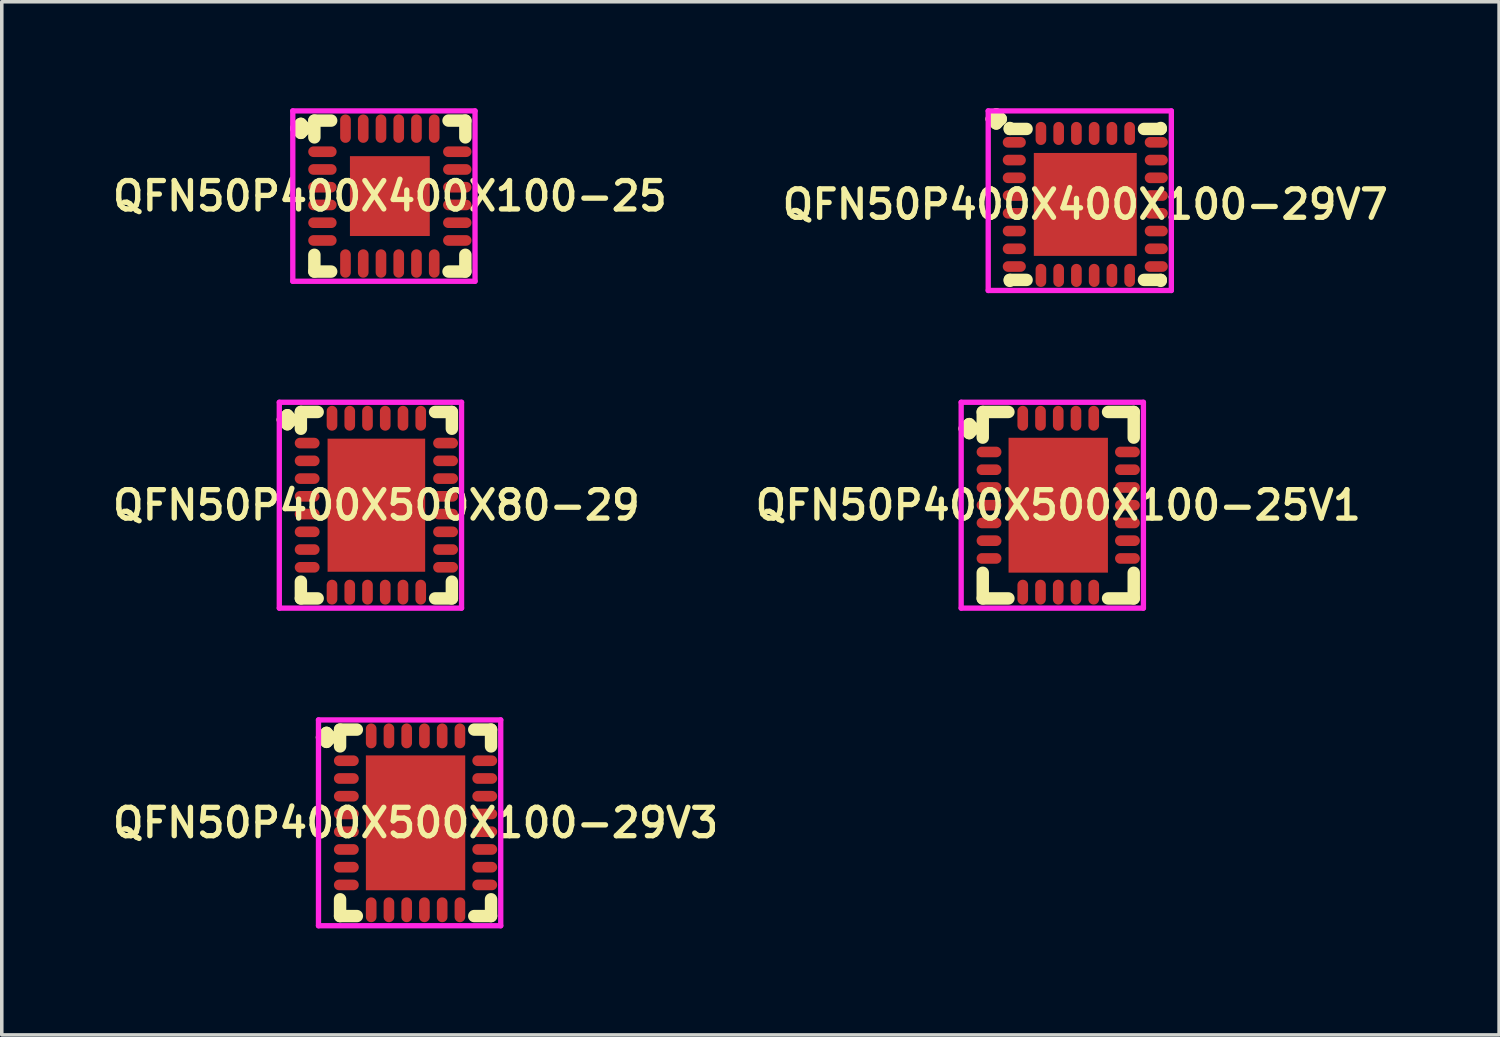
<source format=kicad_pcb>
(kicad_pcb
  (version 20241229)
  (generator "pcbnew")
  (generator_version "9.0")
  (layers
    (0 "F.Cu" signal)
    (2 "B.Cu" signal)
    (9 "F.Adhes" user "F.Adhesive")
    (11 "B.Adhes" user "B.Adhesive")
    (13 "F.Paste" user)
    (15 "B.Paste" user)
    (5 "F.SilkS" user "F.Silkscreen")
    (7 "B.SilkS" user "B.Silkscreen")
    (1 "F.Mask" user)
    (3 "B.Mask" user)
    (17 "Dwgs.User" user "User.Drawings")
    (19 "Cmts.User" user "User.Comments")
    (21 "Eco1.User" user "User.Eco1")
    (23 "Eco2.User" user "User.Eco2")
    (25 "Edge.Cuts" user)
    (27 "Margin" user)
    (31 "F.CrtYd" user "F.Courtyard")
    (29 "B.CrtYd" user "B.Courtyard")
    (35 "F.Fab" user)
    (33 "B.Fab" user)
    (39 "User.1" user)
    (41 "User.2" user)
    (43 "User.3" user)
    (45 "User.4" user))
  (footprint "QFN50P400X500X80-29"
    (layer "F.Cu")
    (at 7.555 11.185)
    (property "Reference" "QFN50P400X500X80-29" (at 0 0 0) (layer "F.SilkS") (effects (font (size 0.8 0.8) (thickness 0.15))))
    (attr smd)
    (fp_line (start -2.635 -2.408) (end -2.508 -2.535) (stroke (width 0.35) (type solid)) (layer "F.SilkS"))
    (fp_line (start -2.508 -2.535) (end -2.381 -2.408) (stroke (width 0.35) (type solid)) (layer "F.SilkS"))
    (fp_line (start -2.508 -2.281) (end -2.635 -2.408) (stroke (width 0.35) (type solid)) (layer "F.SilkS"))
    (fp_line (start -2.381 -2.408) (end -2.508 -2.281) (stroke (width 0.35) (type solid)) (layer "F.SilkS"))
    (fp_line (start -2.127 -2.627) (end -1.654 -2.627) (stroke (width 0.35) (type solid)) (layer "F.SilkS"))
    (fp_line (start -2.127 -2.154) (end -2.127 -2.627) (stroke (width 0.35) (type solid)) (layer "F.SilkS"))
    (fp_line (start -2.127 2.154) (end -2.127 2.627) (stroke (width 0.35) (type solid)) (layer "F.SilkS"))
    (fp_line (start -2.127 2.627) (end -1.654 2.627) (stroke (width 0.35) (type solid)) (layer "F.SilkS"))
    (fp_line (start 1.654 -2.627) (end 2.127 -2.627) (stroke (width 0.35) (type solid)) (layer "F.SilkS"))
    (fp_line (start 1.654 2.627) (end 2.127 2.627) (stroke (width 0.35) (type solid)) (layer "F.SilkS"))
    (fp_line (start 2.127 -2.627) (end 2.127 -2.154) (stroke (width 0.35) (type solid)) (layer "F.SilkS"))
    (fp_line (start 2.127 2.627) (end 2.127 2.154) (stroke (width 0.35) (type solid)) (layer "F.SilkS"))
    (fp_line (start -2.735 -2.9) (end 2.4 -2.9) (stroke (width 0.15) (type solid)) (layer "F.CrtYd"))
    (fp_line (start -2.735 2.9) (end -2.735 -2.9) (stroke (width 0.15) (type solid)) (layer "F.CrtYd"))
    (fp_line (start 2.4 -2.9) (end 2.4 2.9) (stroke (width 0.15) (type solid)) (layer "F.CrtYd"))
    (fp_line (start 2.4 2.9) (end -2.735 2.9) (stroke (width 0.15) (type solid)) (layer "F.CrtYd"))
    (pad "1" smd oval (at -1.95 -1.75) (size 0.7 0.3) (layers "F.Cu" "F.Mask" "F.Paste"))
    (pad "2" smd oval (at -1.95 -1.25) (size 0.7 0.3) (layers "F.Cu" "F.Mask" "F.Paste"))
    (pad "3" smd oval (at -1.95 -0.75) (size 0.7 0.3) (layers "F.Cu" "F.Mask" "F.Paste"))
    (pad "4" smd oval (at -1.95 -0.25) (size 0.7 0.3) (layers "F.Cu" "F.Mask" "F.Paste"))
    (pad "5" smd oval (at -1.95 0.25) (size 0.7 0.3) (layers "F.Cu" "F.Mask" "F.Paste"))
    (pad "6" smd oval (at -1.95 0.75) (size 0.7 0.3) (layers "F.Cu" "F.Mask" "F.Paste"))
    (pad "7" smd oval (at -1.95 1.25) (size 0.7 0.3) (layers "F.Cu" "F.Mask" "F.Paste"))
    (pad "8" smd oval (at -1.95 1.75) (size 0.7 0.3) (layers "F.Cu" "F.Mask" "F.Paste"))
    (pad "9" smd oval (at -1.25 2.45) (size 0.3 0.7) (layers "F.Cu" "F.Mask" "F.Paste"))
    (pad "10" smd oval (at -0.75 2.45) (size 0.3 0.7) (layers "F.Cu" "F.Mask" "F.Paste"))
    (pad "11" smd oval (at -0.25 2.45) (size 0.3 0.7) (layers "F.Cu" "F.Mask" "F.Paste"))
    (pad "12" smd oval (at 0.25 2.45) (size 0.3 0.7) (layers "F.Cu" "F.Mask" "F.Paste"))
    (pad "13" smd oval (at 0.75 2.45) (size 0.3 0.7) (layers "F.Cu" "F.Mask" "F.Paste"))
    (pad "14" smd oval (at 1.25 2.45) (size 0.3 0.7) (layers "F.Cu" "F.Mask" "F.Paste"))
    (pad "15" smd oval (at 1.95 1.75) (size 0.7 0.3) (layers "F.Cu" "F.Mask" "F.Paste"))
    (pad "16" smd oval (at 1.95 1.25) (size 0.7 0.3) (layers "F.Cu" "F.Mask" "F.Paste"))
    (pad "17" smd oval (at 1.95 0.75) (size 0.7 0.3) (layers "F.Cu" "F.Mask" "F.Paste"))
    (pad "18" smd oval (at 1.95 0.25) (size 0.7 0.3) (layers "F.Cu" "F.Mask" "F.Paste"))
    (pad "19" smd oval (at 1.95 -0.25) (size 0.7 0.3) (layers "F.Cu" "F.Mask" "F.Paste"))
    (pad "20" smd oval (at 1.95 -0.75) (size 0.7 0.3) (layers "F.Cu" "F.Mask" "F.Paste"))
    (pad "21" smd oval (at 1.95 -1.25) (size 0.7 0.3) (layers "F.Cu" "F.Mask" "F.Paste"))
    (pad "22" smd oval (at 1.95 -1.75) (size 0.7 0.3) (layers "F.Cu" "F.Mask" "F.Paste"))
    (pad "23" smd oval (at 1.25 -2.45) (size 0.3 0.7) (layers "F.Cu" "F.Mask" "F.Paste"))
    (pad "24" smd oval (at 0.75 -2.45) (size 0.3 0.7) (layers "F.Cu" "F.Mask" "F.Paste"))
    (pad "25" smd oval (at 0.25 -2.45) (size 0.3 0.7) (layers "F.Cu" "F.Mask" "F.Paste"))
    (pad "26" smd oval (at -0.25 -2.45) (size 0.3 0.7) (layers "F.Cu" "F.Mask" "F.Paste"))
    (pad "27" smd oval (at -0.75 -2.45) (size 0.3 0.7) (layers "F.Cu" "F.Mask" "F.Paste"))
    (pad "28" smd oval (at -1.25 -2.45) (size 0.3 0.7) (layers "F.Cu" "F.Mask" "F.Paste"))
    (pad "29" smd rect (at 0 0) (size 2.75 3.75) (layers "F.Cu" "F.Mask" "F.Paste")))
  (footprint "QFN50P400X400X100-25"
    (layer "F.Cu")
    (at 7.935 2.475)
    (property "Reference" "QFN50P400X400X100-25" (at 0 0 0) (layer "F.SilkS") (effects (font (size 0.8 0.8) (thickness 0.15))))
    (attr smd)
    (fp_line (start -2.635 -1.908) (end -2.508 -2.035) (stroke (width 0.35) (type solid)) (layer "F.SilkS"))
    (fp_line (start -2.508 -2.035) (end -2.381 -1.908) (stroke (width 0.35) (type solid)) (layer "F.SilkS"))
    (fp_line (start -2.508 -1.781) (end -2.635 -1.908) (stroke (width 0.35) (type solid)) (layer "F.SilkS"))
    (fp_line (start -2.381 -1.908) (end -2.508 -1.781) (stroke (width 0.35) (type solid)) (layer "F.SilkS"))
    (fp_line (start -2.127 -2.127) (end -1.654 -2.127) (stroke (width 0.35) (type solid)) (layer "F.SilkS"))
    (fp_line (start -2.127 -1.654) (end -2.127 -2.127) (stroke (width 0.35) (type solid)) (layer "F.SilkS"))
    (fp_line (start -2.127 1.654) (end -2.127 2.127) (stroke (width 0.35) (type solid)) (layer "F.SilkS"))
    (fp_line (start -2.127 2.127) (end -1.654 2.127) (stroke (width 0.35) (type solid)) (layer "F.SilkS"))
    (fp_line (start 1.654 -2.127) (end 2.127 -2.127) (stroke (width 0.35) (type solid)) (layer "F.SilkS"))
    (fp_line (start 1.654 2.127) (end 2.127 2.127) (stroke (width 0.35) (type solid)) (layer "F.SilkS"))
    (fp_line (start 2.127 -2.127) (end 2.127 -1.654) (stroke (width 0.35) (type solid)) (layer "F.SilkS"))
    (fp_line (start 2.127 2.127) (end 2.127 1.654) (stroke (width 0.35) (type solid)) (layer "F.SilkS"))
    (fp_line (start -2.735 -2.4) (end 2.4 -2.4) (stroke (width 0.15) (type solid)) (layer "F.CrtYd"))
    (fp_line (start -2.735 2.4) (end -2.735 -2.4) (stroke (width 0.15) (type solid)) (layer "F.CrtYd"))
    (fp_line (start 2.4 -2.4) (end 2.4 2.4) (stroke (width 0.15) (type solid)) (layer "F.CrtYd"))
    (fp_line (start 2.4 2.4) (end -2.735 2.4) (stroke (width 0.15) (type solid)) (layer "F.CrtYd"))
    (pad "1" smd oval (at -1.9 -1.25) (size 0.8 0.3) (layers "F.Cu" "F.Mask" "F.Paste"))
    (pad "2" smd oval (at -1.9 -0.75) (size 0.8 0.3) (layers "F.Cu" "F.Mask" "F.Paste"))
    (pad "3" smd oval (at -1.9 -0.25) (size 0.8 0.3) (layers "F.Cu" "F.Mask" "F.Paste"))
    (pad "4" smd oval (at -1.9 0.25) (size 0.8 0.3) (layers "F.Cu" "F.Mask" "F.Paste"))
    (pad "5" smd oval (at -1.9 0.75) (size 0.8 0.3) (layers "F.Cu" "F.Mask" "F.Paste"))
    (pad "6" smd oval (at -1.9 1.25) (size 0.8 0.3) (layers "F.Cu" "F.Mask" "F.Paste"))
    (pad "7" smd oval (at -1.25 1.9) (size 0.3 0.8) (layers "F.Cu" "F.Mask" "F.Paste"))
    (pad "8" smd oval (at -0.75 1.9) (size 0.3 0.8) (layers "F.Cu" "F.Mask" "F.Paste"))
    (pad "9" smd oval (at -0.25 1.9) (size 0.3 0.8) (layers "F.Cu" "F.Mask" "F.Paste"))
    (pad "10" smd oval (at 0.25 1.9) (size 0.3 0.8) (layers "F.Cu" "F.Mask" "F.Paste"))
    (pad "11" smd oval (at 0.75 1.9) (size 0.3 0.8) (layers "F.Cu" "F.Mask" "F.Paste"))
    (pad "12" smd oval (at 1.25 1.9) (size 0.3 0.8) (layers "F.Cu" "F.Mask" "F.Paste"))
    (pad "13" smd oval (at 1.9 1.25) (size 0.8 0.3) (layers "F.Cu" "F.Mask" "F.Paste"))
    (pad "14" smd oval (at 1.9 0.75) (size 0.8 0.3) (layers "F.Cu" "F.Mask" "F.Paste"))
    (pad "15" smd oval (at 1.9 0.25) (size 0.8 0.3) (layers "F.Cu" "F.Mask" "F.Paste"))
    (pad "16" smd oval (at 1.9 -0.25) (size 0.8 0.3) (layers "F.Cu" "F.Mask" "F.Paste"))
    (pad "17" smd oval (at 1.9 -0.75) (size 0.8 0.3) (layers "F.Cu" "F.Mask" "F.Paste"))
    (pad "18" smd oval (at 1.9 -1.25) (size 0.8 0.3) (layers "F.Cu" "F.Mask" "F.Paste"))
    (pad "19" smd oval (at 1.25 -1.9) (size 0.3 0.8) (layers "F.Cu" "F.Mask" "F.Paste"))
    (pad "20" smd oval (at 0.75 -1.9) (size 0.3 0.8) (layers "F.Cu" "F.Mask" "F.Paste"))
    (pad "21" smd oval (at 0.25 -1.9) (size 0.3 0.8) (layers "F.Cu" "F.Mask" "F.Paste"))
    (pad "22" smd oval (at -0.25 -1.9) (size 0.3 0.8) (layers "F.Cu" "F.Mask" "F.Paste"))
    (pad "23" smd oval (at -0.75 -1.9) (size 0.3 0.8) (layers "F.Cu" "F.Mask" "F.Paste"))
    (pad "24" smd oval (at -1.25 -1.9) (size 0.3 0.8) (layers "F.Cu" "F.Mask" "F.Paste"))
    (pad "25" smd rect (at 0 0) (size 2.25 2.25) (layers "F.Cu" "F.Mask" "F.Paste")))
  (footprint "QFN50P400X500X100-29V3"
    (layer "F.Cu")
    (at 8.659 20.135)
    (property "Reference" "QFN50P400X500X100-29V3" (at 0 0 0) (layer "F.SilkS") (effects (font (size 0.8 0.8) (thickness 0.15))))
    (attr smd)
    (fp_line (start -2.635 -2.408) (end -2.508 -2.535) (stroke (width 0.35) (type solid)) (layer "F.SilkS"))
    (fp_line (start -2.508 -2.535) (end -2.381 -2.408) (stroke (width 0.35) (type solid)) (layer "F.SilkS"))
    (fp_line (start -2.508 -2.281) (end -2.635 -2.408) (stroke (width 0.35) (type solid)) (layer "F.SilkS"))
    (fp_line (start -2.381 -2.408) (end -2.508 -2.281) (stroke (width 0.35) (type solid)) (layer "F.SilkS"))
    (fp_line (start -2.127 -2.627) (end -1.654 -2.627) (stroke (width 0.35) (type solid)) (layer "F.SilkS"))
    (fp_line (start -2.127 -2.154) (end -2.127 -2.627) (stroke (width 0.35) (type solid)) (layer "F.SilkS"))
    (fp_line (start -2.127 2.154) (end -2.127 2.627) (stroke (width 0.35) (type solid)) (layer "F.SilkS"))
    (fp_line (start -2.127 2.627) (end -1.654 2.627) (stroke (width 0.35) (type solid)) (layer "F.SilkS"))
    (fp_line (start 1.654 -2.627) (end 2.127 -2.627) (stroke (width 0.35) (type solid)) (layer "F.SilkS"))
    (fp_line (start 1.654 2.627) (end 2.127 2.627) (stroke (width 0.35) (type solid)) (layer "F.SilkS"))
    (fp_line (start 2.127 -2.627) (end 2.127 -2.154) (stroke (width 0.35) (type solid)) (layer "F.SilkS"))
    (fp_line (start 2.127 2.627) (end 2.127 2.154) (stroke (width 0.35) (type solid)) (layer "F.SilkS"))
    (fp_line (start -2.735 -2.9) (end 2.4 -2.9) (stroke (width 0.15) (type solid)) (layer "F.CrtYd"))
    (fp_line (start -2.735 2.9) (end -2.735 -2.9) (stroke (width 0.15) (type solid)) (layer "F.CrtYd"))
    (fp_line (start 2.4 -2.9) (end 2.4 2.9) (stroke (width 0.15) (type solid)) (layer "F.CrtYd"))
    (fp_line (start 2.4 2.9) (end -2.735 2.9) (stroke (width 0.15) (type solid)) (layer "F.CrtYd"))
    (pad "1" smd oval (at -1.95 -1.75) (size 0.7 0.3) (layers "F.Cu" "F.Mask" "F.Paste"))
    (pad "2" smd oval (at -1.95 -1.25) (size 0.7 0.3) (layers "F.Cu" "F.Mask" "F.Paste"))
    (pad "3" smd oval (at -1.95 -0.75) (size 0.7 0.3) (layers "F.Cu" "F.Mask" "F.Paste"))
    (pad "4" smd oval (at -1.95 -0.25) (size 0.7 0.3) (layers "F.Cu" "F.Mask" "F.Paste"))
    (pad "5" smd oval (at -1.95 0.25) (size 0.7 0.3) (layers "F.Cu" "F.Mask" "F.Paste"))
    (pad "6" smd oval (at -1.95 0.75) (size 0.7 0.3) (layers "F.Cu" "F.Mask" "F.Paste"))
    (pad "7" smd oval (at -1.95 1.25) (size 0.7 0.3) (layers "F.Cu" "F.Mask" "F.Paste"))
    (pad "8" smd oval (at -1.95 1.75) (size 0.7 0.3) (layers "F.Cu" "F.Mask" "F.Paste"))
    (pad "9" smd oval (at -1.25 2.45) (size 0.3 0.7) (layers "F.Cu" "F.Mask" "F.Paste"))
    (pad "10" smd oval (at -0.75 2.45) (size 0.3 0.7) (layers "F.Cu" "F.Mask" "F.Paste"))
    (pad "11" smd oval (at -0.25 2.45) (size 0.3 0.7) (layers "F.Cu" "F.Mask" "F.Paste"))
    (pad "12" smd oval (at 0.25 2.45) (size 0.3 0.7) (layers "F.Cu" "F.Mask" "F.Paste"))
    (pad "13" smd oval (at 0.75 2.45) (size 0.3 0.7) (layers "F.Cu" "F.Mask" "F.Paste"))
    (pad "14" smd oval (at 1.25 2.45) (size 0.3 0.7) (layers "F.Cu" "F.Mask" "F.Paste"))
    (pad "15" smd oval (at 1.95 1.75) (size 0.7 0.3) (layers "F.Cu" "F.Mask" "F.Paste"))
    (pad "16" smd oval (at 1.95 1.25) (size 0.7 0.3) (layers "F.Cu" "F.Mask" "F.Paste"))
    (pad "17" smd oval (at 1.95 0.75) (size 0.7 0.3) (layers "F.Cu" "F.Mask" "F.Paste"))
    (pad "18" smd oval (at 1.95 0.25) (size 0.7 0.3) (layers "F.Cu" "F.Mask" "F.Paste"))
    (pad "19" smd oval (at 1.95 -0.25) (size 0.7 0.3) (layers "F.Cu" "F.Mask" "F.Paste"))
    (pad "20" smd oval (at 1.95 -0.75) (size 0.7 0.3) (layers "F.Cu" "F.Mask" "F.Paste"))
    (pad "21" smd oval (at 1.95 -1.25) (size 0.7 0.3) (layers "F.Cu" "F.Mask" "F.Paste"))
    (pad "22" smd oval (at 1.95 -1.75) (size 0.7 0.3) (layers "F.Cu" "F.Mask" "F.Paste"))
    (pad "23" smd oval (at 1.25 -2.45) (size 0.3 0.7) (layers "F.Cu" "F.Mask" "F.Paste"))
    (pad "24" smd oval (at 0.75 -2.45) (size 0.3 0.7) (layers "F.Cu" "F.Mask" "F.Paste"))
    (pad "25" smd oval (at 0.25 -2.45) (size 0.3 0.7) (layers "F.Cu" "F.Mask" "F.Paste"))
    (pad "26" smd oval (at -0.25 -2.45) (size 0.3 0.7) (layers "F.Cu" "F.Mask" "F.Paste"))
    (pad "27" smd oval (at -0.75 -2.45) (size 0.3 0.7) (layers "F.Cu" "F.Mask" "F.Paste"))
    (pad "28" smd oval (at -1.25 -2.45) (size 0.3 0.7) (layers "F.Cu" "F.Mask" "F.Paste"))
    (pad "29" smd rect (at 0 0) (size 2.8 3.8) (layers "F.Cu" "F.Mask" "F.Paste")))
  (footprint "QFN50P400X400X100-29V7"
    (layer "F.Cu")
    (at 27.53 2.71)
    (property "Reference" "QFN50P400X400X100-29V7" (at 0 0 0) (layer "F.SilkS") (effects (font (size 0.8 0.8) (thickness 0.15))))
    (attr smd)
    (fp_line (start -2.635 -2.408) (end -2.508 -2.535) (stroke (width 0.35) (type solid)) (layer "F.SilkS"))
    (fp_line (start -2.508 -2.535) (end -2.381 -2.408) (stroke (width 0.35) (type solid)) (layer "F.SilkS"))
    (fp_line (start -2.508 -2.281) (end -2.635 -2.408) (stroke (width 0.35) (type solid)) (layer "F.SilkS"))
    (fp_line (start -2.381 -2.408) (end -2.508 -2.281) (stroke (width 0.35) (type solid)) (layer "F.SilkS"))
    (fp_line (start -2.127 -2.154) (end -2.127 -2.127) (stroke (width 0.35) (type solid)) (layer "F.SilkS"))
    (fp_line (start -2.127 -2.127) (end -1.654 -2.127) (stroke (width 0.35) (type solid)) (layer "F.SilkS"))
    (fp_line (start -2.127 2.127) (end -1.654 2.127) (stroke (width 0.35) (type solid)) (layer "F.SilkS"))
    (fp_line (start -2.127 2.154) (end -2.127 2.127) (stroke (width 0.35) (type solid)) (layer "F.SilkS"))
    (fp_line (start 1.654 -2.127) (end 2.127 -2.127) (stroke (width 0.35) (type solid)) (layer "F.SilkS"))
    (fp_line (start 1.654 2.127) (end 2.127 2.127) (stroke (width 0.35) (type solid)) (layer "F.SilkS"))
    (fp_line (start 2.127 -2.127) (end 2.127 -2.154) (stroke (width 0.35) (type solid)) (layer "F.SilkS"))
    (fp_line (start 2.127 2.127) (end 2.127 2.154) (stroke (width 0.35) (type solid)) (layer "F.SilkS"))
    (fp_line (start -2.735 -2.635) (end 2.425 -2.635) (stroke (width 0.15) (type solid)) (layer "F.CrtYd"))
    (fp_line (start -2.735 2.425) (end -2.735 -2.635) (stroke (width 0.15) (type solid)) (layer "F.CrtYd"))
    (fp_line (start 2.425 -2.635) (end 2.425 2.425) (stroke (width 0.15) (type solid)) (layer "F.CrtYd"))
    (fp_line (start 2.425 2.425) (end -2.735 2.425) (stroke (width 0.15) (type solid)) (layer "F.CrtYd"))
    (pad "1" smd oval (at -2 -1.75) (size 0.65 0.3) (layers "F.Cu" "F.Mask" "F.Paste"))
    (pad "2" smd oval (at -2 -1.25) (size 0.65 0.3) (layers "F.Cu" "F.Mask" "F.Paste"))
    (pad "3" smd oval (at -2 -0.75) (size 0.65 0.3) (layers "F.Cu" "F.Mask" "F.Paste"))
    (pad "4" smd oval (at -2 -0.25) (size 0.65 0.3) (layers "F.Cu" "F.Mask" "F.Paste"))
    (pad "5" smd oval (at -2 0.25) (size 0.65 0.3) (layers "F.Cu" "F.Mask" "F.Paste"))
    (pad "6" smd oval (at -2 0.75) (size 0.65 0.3) (layers "F.Cu" "F.Mask" "F.Paste"))
    (pad "7" smd oval (at -2 1.25) (size 0.65 0.3) (layers "F.Cu" "F.Mask" "F.Paste"))
    (pad "8" smd oval (at -2 1.75) (size 0.65 0.3) (layers "F.Cu" "F.Mask" "F.Paste"))
    (pad "9" smd oval (at -1.25 2) (size 0.3 0.65) (layers "F.Cu" "F.Mask" "F.Paste"))
    (pad "10" smd oval (at -0.75 2) (size 0.3 0.65) (layers "F.Cu" "F.Mask" "F.Paste"))
    (pad "11" smd oval (at -0.25 2) (size 0.3 0.65) (layers "F.Cu" "F.Mask" "F.Paste"))
    (pad "12" smd oval (at 0.25 2) (size 0.3 0.65) (layers "F.Cu" "F.Mask" "F.Paste"))
    (pad "13" smd oval (at 0.75 2) (size 0.3 0.65) (layers "F.Cu" "F.Mask" "F.Paste"))
    (pad "14" smd oval (at 1.25 2) (size 0.3 0.65) (layers "F.Cu" "F.Mask" "F.Paste"))
    (pad "15" smd oval (at 2 1.75) (size 0.65 0.3) (layers "F.Cu" "F.Mask" "F.Paste"))
    (pad "16" smd oval (at 2 1.25) (size 0.65 0.3) (layers "F.Cu" "F.Mask" "F.Paste"))
    (pad "17" smd oval (at 2 0.75) (size 0.65 0.3) (layers "F.Cu" "F.Mask" "F.Paste"))
    (pad "18" smd oval (at 2 0.25) (size 0.65 0.3) (layers "F.Cu" "F.Mask" "F.Paste"))
    (pad "19" smd oval (at 2 -0.25) (size 0.65 0.3) (layers "F.Cu" "F.Mask" "F.Paste"))
    (pad "20" smd oval (at 2 -0.75) (size 0.65 0.3) (layers "F.Cu" "F.Mask" "F.Paste"))
    (pad "21" smd oval (at 2 -1.25) (size 0.65 0.3) (layers "F.Cu" "F.Mask" "F.Paste"))
    (pad "22" smd oval (at 2 -1.75) (size 0.65 0.3) (layers "F.Cu" "F.Mask" "F.Paste"))
    (pad "23" smd oval (at 1.25 -2) (size 0.3 0.65) (layers "F.Cu" "F.Mask" "F.Paste"))
    (pad "24" smd oval (at 0.75 -2) (size 0.3 0.65) (layers "F.Cu" "F.Mask" "F.Paste"))
    (pad "25" smd oval (at 0.25 -2) (size 0.3 0.65) (layers "F.Cu" "F.Mask" "F.Paste"))
    (pad "26" smd oval (at -0.25 -2) (size 0.3 0.65) (layers "F.Cu" "F.Mask" "F.Paste"))
    (pad "27" smd oval (at -0.75 -2) (size 0.3 0.65) (layers "F.Cu" "F.Mask" "F.Paste"))
    (pad "28" smd oval (at -1.25 -2) (size 0.3 0.65) (layers "F.Cu" "F.Mask" "F.Paste"))
    (pad "29" smd rect (at 0 0) (size 2.9 2.9) (layers "F.Cu" "F.Mask" "F.Paste")))
  (footprint "QFN50P400X500X100-25V1"
    (layer "F.Cu")
    (at 26.768 11.185)
    (property "Reference" "QFN50P400X500X100-25V1" (at 0 0 0) (layer "F.SilkS") (effects (font (size 0.8 0.8) (thickness 0.15))))
    (attr smd)
    (fp_line (start -2.635 -2.158) (end -2.508 -2.285) (stroke (width 0.35) (type solid)) (layer "F.SilkS"))
    (fp_line (start -2.508 -2.285) (end -2.381 -2.158) (stroke (width 0.35) (type solid)) (layer "F.SilkS"))
    (fp_line (start -2.508 -2.031) (end -2.635 -2.158) (stroke (width 0.35) (type solid)) (layer "F.SilkS"))
    (fp_line (start -2.381 -2.158) (end -2.508 -2.031) (stroke (width 0.35) (type solid)) (layer "F.SilkS"))
    (fp_line (start -2.127 -2.627) (end -1.404 -2.627) (stroke (width 0.35) (type solid)) (layer "F.SilkS"))
    (fp_line (start -2.127 -1.904) (end -2.127 -2.627) (stroke (width 0.35) (type solid)) (layer "F.SilkS"))
    (fp_line (start -2.127 1.904) (end -2.127 2.627) (stroke (width 0.35) (type solid)) (layer "F.SilkS"))
    (fp_line (start -2.127 2.627) (end -1.404 2.627) (stroke (width 0.35) (type solid)) (layer "F.SilkS"))
    (fp_line (start 1.404 -2.627) (end 2.127 -2.627) (stroke (width 0.35) (type solid)) (layer "F.SilkS"))
    (fp_line (start 1.404 2.627) (end 2.127 2.627) (stroke (width 0.35) (type solid)) (layer "F.SilkS"))
    (fp_line (start 2.127 -2.627) (end 2.127 -1.904) (stroke (width 0.35) (type solid)) (layer "F.SilkS"))
    (fp_line (start 2.127 2.627) (end 2.127 1.904) (stroke (width 0.35) (type solid)) (layer "F.SilkS"))
    (fp_line (start -2.735 -2.9) (end 2.4 -2.9) (stroke (width 0.15) (type solid)) (layer "F.CrtYd"))
    (fp_line (start -2.735 2.9) (end -2.735 -2.9) (stroke (width 0.15) (type solid)) (layer "F.CrtYd"))
    (fp_line (start 2.4 -2.9) (end 2.4 2.9) (stroke (width 0.15) (type solid)) (layer "F.CrtYd"))
    (fp_line (start 2.4 2.9) (end -2.735 2.9) (stroke (width 0.15) (type solid)) (layer "F.CrtYd"))
    (pad "1" smd oval (at -1.95 -1.5) (size 0.7 0.3) (layers "F.Cu" "F.Mask" "F.Paste"))
    (pad "2" smd oval (at -1.95 -1) (size 0.7 0.3) (layers "F.Cu" "F.Mask" "F.Paste"))
    (pad "3" smd oval (at -1.95 -0.5) (size 0.7 0.3) (layers "F.Cu" "F.Mask" "F.Paste"))
    (pad "4" smd oval (at -1.95 0) (size 0.7 0.3) (layers "F.Cu" "F.Mask" "F.Paste"))
    (pad "5" smd oval (at -1.95 0.5) (size 0.7 0.3) (layers "F.Cu" "F.Mask" "F.Paste"))
    (pad "6" smd oval (at -1.95 1) (size 0.7 0.3) (layers "F.Cu" "F.Mask" "F.Paste"))
    (pad "7" smd oval (at -1.95 1.5) (size 0.7 0.3) (layers "F.Cu" "F.Mask" "F.Paste"))
    (pad "8" smd oval (at -1 2.45) (size 0.3 0.7) (layers "F.Cu" "F.Mask" "F.Paste"))
    (pad "9" smd oval (at -0.5 2.45) (size 0.3 0.7) (layers "F.Cu" "F.Mask" "F.Paste"))
    (pad "10" smd oval (at 0 2.45) (size 0.3 0.7) (layers "F.Cu" "F.Mask" "F.Paste"))
    (pad "11" smd oval (at 0.5 2.45) (size 0.3 0.7) (layers "F.Cu" "F.Mask" "F.Paste"))
    (pad "12" smd oval (at 1 2.45) (size 0.3 0.7) (layers "F.Cu" "F.Mask" "F.Paste"))
    (pad "13" smd oval (at 1.95 1.5) (size 0.7 0.3) (layers "F.Cu" "F.Mask" "F.Paste"))
    (pad "14" smd oval (at 1.95 1) (size 0.7 0.3) (layers "F.Cu" "F.Mask" "F.Paste"))
    (pad "15" smd oval (at 1.95 0.5) (size 0.7 0.3) (layers "F.Cu" "F.Mask" "F.Paste"))
    (pad "16" smd oval (at 1.95 0) (size 0.7 0.3) (layers "F.Cu" "F.Mask" "F.Paste"))
    (pad "17" smd oval (at 1.95 -0.5) (size 0.7 0.3) (layers "F.Cu" "F.Mask" "F.Paste"))
    (pad "18" smd oval (at 1.95 -1) (size 0.7 0.3) (layers "F.Cu" "F.Mask" "F.Paste"))
    (pad "19" smd oval (at 1.95 -1.5) (size 0.7 0.3) (layers "F.Cu" "F.Mask" "F.Paste"))
    (pad "20" smd oval (at 1 -2.45) (size 0.3 0.7) (layers "F.Cu" "F.Mask" "F.Paste"))
    (pad "21" smd oval (at 0.5 -2.45) (size 0.3 0.7) (layers "F.Cu" "F.Mask" "F.Paste"))
    (pad "22" smd oval (at 0 -2.45) (size 0.3 0.7) (layers "F.Cu" "F.Mask" "F.Paste"))
    (pad "23" smd oval (at -0.5 -2.45) (size 0.3 0.7) (layers "F.Cu" "F.Mask" "F.Paste"))
    (pad "24" smd oval (at -1 -2.45) (size 0.3 0.7) (layers "F.Cu" "F.Mask" "F.Paste"))
    (pad "25" smd rect (at 0 0) (size 2.8 3.8) (layers "F.Cu" "F.Mask" "F.Paste")))
  (gr_rect
    (start -3 -3)
    (end 39.19 26.11)
    (stroke (width 0.1) (type default))
    (fill no)
    (layer "Edge.Cuts")))
</source>
